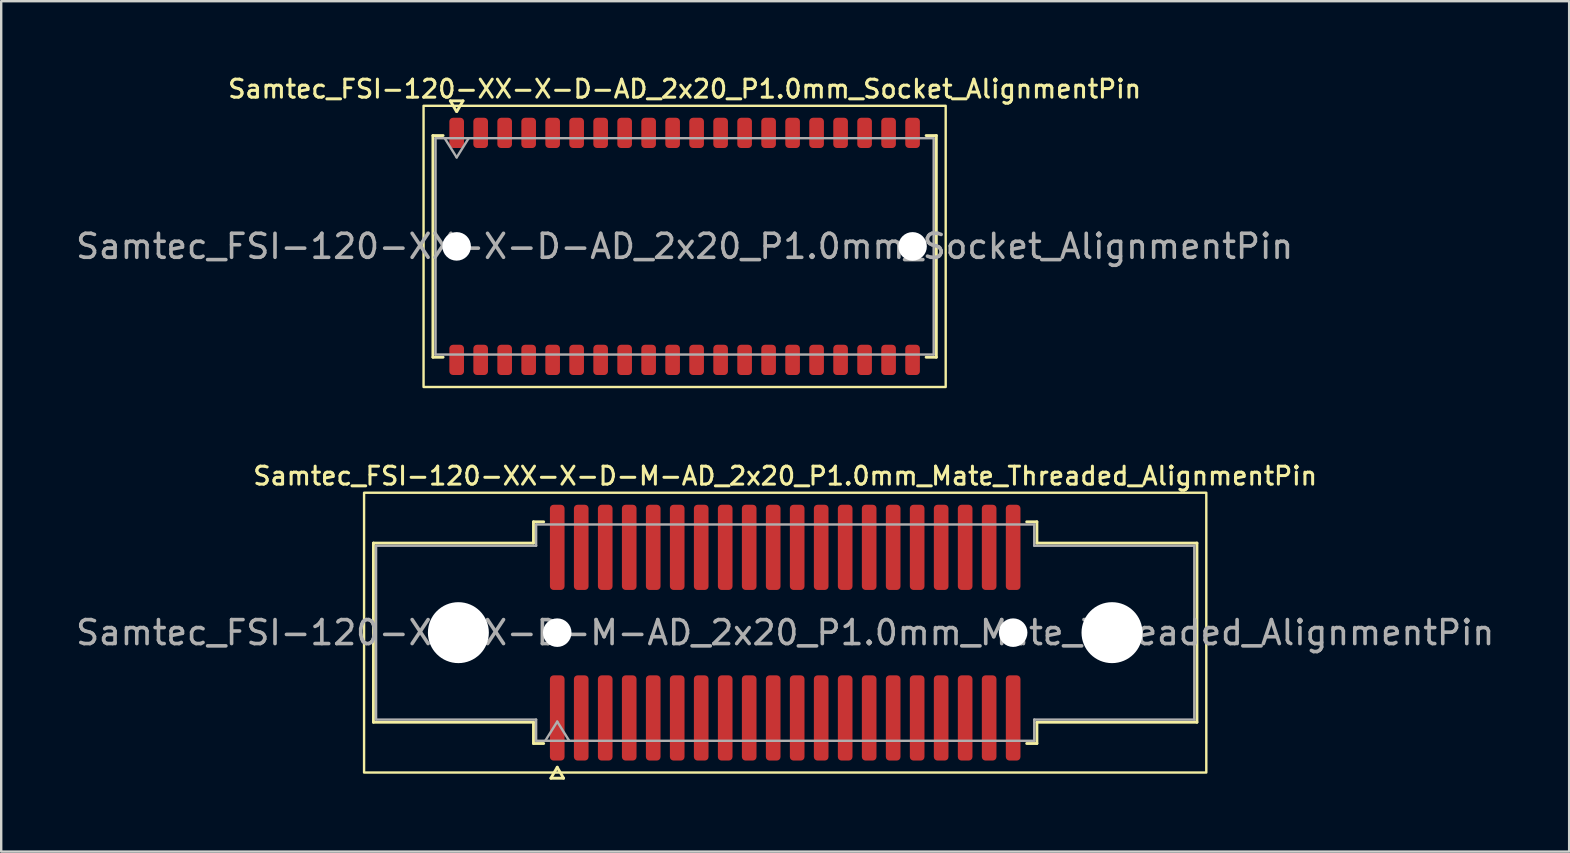
<source format=kicad_pcb>
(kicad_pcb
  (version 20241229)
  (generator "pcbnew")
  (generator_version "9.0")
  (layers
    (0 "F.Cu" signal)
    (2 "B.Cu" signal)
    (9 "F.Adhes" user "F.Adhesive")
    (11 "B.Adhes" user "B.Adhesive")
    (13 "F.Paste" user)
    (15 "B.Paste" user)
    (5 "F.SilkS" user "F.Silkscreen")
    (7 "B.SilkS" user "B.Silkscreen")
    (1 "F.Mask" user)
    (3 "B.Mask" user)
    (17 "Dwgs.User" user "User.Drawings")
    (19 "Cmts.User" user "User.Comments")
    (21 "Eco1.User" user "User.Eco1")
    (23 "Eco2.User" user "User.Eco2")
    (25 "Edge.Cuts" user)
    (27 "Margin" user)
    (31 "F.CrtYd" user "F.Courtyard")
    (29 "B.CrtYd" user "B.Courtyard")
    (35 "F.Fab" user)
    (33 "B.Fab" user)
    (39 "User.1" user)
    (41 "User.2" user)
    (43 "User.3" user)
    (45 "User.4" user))
  (footprint "Samtec_FSI-120-XX-X-D-M-AD_2x20_P1.0mm_Mate_Threaded_AlignmentPin"
    (layer "F.Cu")
    (at 29.673 23.316)
    (property "Reference" "Samtec_FSI-120-XX-X-D-M-AD_2x20_P1.0mm_Mate_Threaded_AlignmentPin" (at 0 -6.53 0) (layer "F.SilkS") (effects (font (size 0.75 0.75) (thickness 0.125))))
    (attr exclude_from_pos_files exclude_from_bom)
    (fp_line (start -17.16 -3.733) (end -10.49 -3.733) (stroke (width 0.12) (type solid)) (layer "F.SilkS"))
    (fp_line (start -17.16 3.733) (end -17.16 -3.733) (stroke (width 0.12) (type solid)) (layer "F.SilkS"))
    (fp_line (start -10.49 -4.619) (end -10.065 -4.619) (stroke (width 0.12) (type solid)) (layer "F.SilkS"))
    (fp_line (start -10.49 -3.733) (end -10.49 -4.619) (stroke (width 0.12) (type solid)) (layer "F.SilkS"))
    (fp_line (start -10.49 3.733) (end -17.16 3.733) (stroke (width 0.12) (type solid)) (layer "F.SilkS"))
    (fp_line (start -10.49 4.619) (end -10.49 3.733) (stroke (width 0.12) (type solid)) (layer "F.SilkS"))
    (fp_line (start -10.065 4.619) (end -10.49 4.619) (stroke (width 0.12) (type solid)) (layer "F.SilkS"))
    (fp_line (start -9.764 6.066) (end -9.5 5.609) (stroke (width 0.12) (type solid)) (layer "F.SilkS"))
    (fp_line (start -9.5 5.609) (end -9.236 6.066) (stroke (width 0.12) (type solid)) (layer "F.SilkS"))
    (fp_line (start -9.236 6.066) (end -9.764 6.066) (stroke (width 0.12) (type solid)) (layer "F.SilkS"))
    (fp_line (start 10.065 -4.619) (end 10.49 -4.619) (stroke (width 0.12) (type solid)) (layer "F.SilkS"))
    (fp_line (start 10.49 -4.619) (end 10.49 -3.733) (stroke (width 0.12) (type solid)) (layer "F.SilkS"))
    (fp_line (start 10.49 -3.733) (end 17.16 -3.733) (stroke (width 0.12) (type solid)) (layer "F.SilkS"))
    (fp_line (start 10.49 3.733) (end 10.49 4.619) (stroke (width 0.12) (type solid)) (layer "F.SilkS"))
    (fp_line (start 10.49 4.619) (end 10.065 4.619) (stroke (width 0.12) (type solid)) (layer "F.SilkS"))
    (fp_line (start 17.16 -3.733) (end 17.16 3.733) (stroke (width 0.12) (type solid)) (layer "F.SilkS"))
    (fp_line (start 17.16 3.733) (end 10.49 3.733) (stroke (width 0.12) (type solid)) (layer "F.SilkS"))
    (fp_rect (start -17.55 -5.83) (end 17.55 5.83) (stroke (width 0.1) (type solid)) (fill no) (layer "F.SilkS"))
    (fp_line (start -17.05 -3.623) (end -10.38 -3.623) (stroke (width 0.1) (type solid)) (layer "F.Fab"))
    (fp_line (start -17.05 3.623) (end -17.05 -3.623) (stroke (width 0.1) (type solid)) (layer "F.Fab"))
    (fp_line (start -10.38 -4.508) (end 10.38 -4.508) (stroke (width 0.1) (type solid)) (layer "F.Fab"))
    (fp_line (start -10.38 -3.623) (end -10.38 -4.508) (stroke (width 0.1) (type solid)) (layer "F.Fab"))
    (fp_line (start -10.38 3.623) (end -17.05 3.623) (stroke (width 0.1) (type solid)) (layer "F.Fab"))
    (fp_line (start -10.38 4.508) (end -10.38 3.623) (stroke (width 0.1) (type solid)) (layer "F.Fab"))
    (fp_line (start -10 4.508) (end -9.5 3.708) (stroke (width 0.1) (type solid)) (layer "F.Fab"))
    (fp_line (start -9.5 3.708) (end -9 4.508) (stroke (width 0.1) (type solid)) (layer "F.Fab"))
    (fp_line (start 10.38 -4.508) (end 10.38 -3.623) (stroke (width 0.1) (type solid)) (layer "F.Fab"))
    (fp_line (start 10.38 -3.623) (end 17.05 -3.623) (stroke (width 0.1) (type solid)) (layer "F.Fab"))
    (fp_line (start 10.38 3.623) (end 10.38 4.508) (stroke (width 0.1) (type solid)) (layer "F.Fab"))
    (fp_line (start 10.38 4.508) (end -10.38 4.508) (stroke (width 0.1) (type solid)) (layer "F.Fab"))
    (fp_line (start 17.05 -3.623) (end 17.05 3.623) (stroke (width 0.1) (type solid)) (layer "F.Fab"))
    (fp_line (start 17.05 3.623) (end 10.38 3.623) (stroke (width 0.1) (type solid)) (layer "F.Fab"))
    (fp_text user "${REFERENCE}" (at 0 0 0) (layer "F.Fab") (effects (font (size 1 1) (thickness 0.15))))
    (pad "" np_thru_hole circle (at -13.62 0) (size 2.54 2.54) (drill 2.54) (layers "*.Cu" "*.Mask"))
    (pad "" np_thru_hole circle (at -9.5 0) (size 1.19 1.19) (drill 1.19) (layers "*.Cu" "*.Mask"))
    (pad "" np_thru_hole circle (at 9.5 0) (size 1.19 1.19) (drill 1.19) (layers "*.Cu" "*.Mask"))
    (pad "" np_thru_hole circle (at 13.62 0) (size 2.54 2.54) (drill 2.54) (layers "*.Cu" "*.Mask"))
    (pad "1" smd roundrect (at -9.5 3.555) (size 0.61 3.55) (layers "F.Cu" "F.Mask") (roundrect_rratio 0.25))
    (pad "2" smd roundrect (at -9.5 -3.555) (size 0.61 3.55) (layers "F.Cu" "F.Mask") (roundrect_rratio 0.25))
    (pad "3" smd roundrect (at -8.5 3.555) (size 0.61 3.55) (layers "F.Cu" "F.Mask") (roundrect_rratio 0.25))
    (pad "4" smd roundrect (at -8.5 -3.555) (size 0.61 3.55) (layers "F.Cu" "F.Mask") (roundrect_rratio 0.25))
    (pad "5" smd roundrect (at -7.5 3.555) (size 0.61 3.55) (layers "F.Cu" "F.Mask") (roundrect_rratio 0.25))
    (pad "6" smd roundrect (at -7.5 -3.555) (size 0.61 3.55) (layers "F.Cu" "F.Mask") (roundrect_rratio 0.25))
    (pad "7" smd roundrect (at -6.5 3.555) (size 0.61 3.55) (layers "F.Cu" "F.Mask") (roundrect_rratio 0.25))
    (pad "8" smd roundrect (at -6.5 -3.555) (size 0.61 3.55) (layers "F.Cu" "F.Mask") (roundrect_rratio 0.25))
    (pad "9" smd roundrect (at -5.5 3.555) (size 0.61 3.55) (layers "F.Cu" "F.Mask") (roundrect_rratio 0.25))
    (pad "10" smd roundrect (at -5.5 -3.555) (size 0.61 3.55) (layers "F.Cu" "F.Mask") (roundrect_rratio 0.25))
    (pad "11" smd roundrect (at -4.5 3.555) (size 0.61 3.55) (layers "F.Cu" "F.Mask") (roundrect_rratio 0.25))
    (pad "12" smd roundrect (at -4.5 -3.555) (size 0.61 3.55) (layers "F.Cu" "F.Mask") (roundrect_rratio 0.25))
    (pad "13" smd roundrect (at -3.5 3.555) (size 0.61 3.55) (layers "F.Cu" "F.Mask") (roundrect_rratio 0.25))
    (pad "14" smd roundrect (at -3.5 -3.555) (size 0.61 3.55) (layers "F.Cu" "F.Mask") (roundrect_rratio 0.25))
    (pad "15" smd roundrect (at -2.5 3.555) (size 0.61 3.55) (layers "F.Cu" "F.Mask") (roundrect_rratio 0.25))
    (pad "16" smd roundrect (at -2.5 -3.555) (size 0.61 3.55) (layers "F.Cu" "F.Mask") (roundrect_rratio 0.25))
    (pad "17" smd roundrect (at -1.5 3.555) (size 0.61 3.55) (layers "F.Cu" "F.Mask") (roundrect_rratio 0.25))
    (pad "18" smd roundrect (at -1.5 -3.555) (size 0.61 3.55) (layers "F.Cu" "F.Mask") (roundrect_rratio 0.25))
    (pad "19" smd roundrect (at -0.5 3.555) (size 0.61 3.55) (layers "F.Cu" "F.Mask") (roundrect_rratio 0.25))
    (pad "20" smd roundrect (at -0.5 -3.555) (size 0.61 3.55) (layers "F.Cu" "F.Mask") (roundrect_rratio 0.25))
    (pad "21" smd roundrect (at 0.5 3.555) (size 0.61 3.55) (layers "F.Cu" "F.Mask") (roundrect_rratio 0.25))
    (pad "22" smd roundrect (at 0.5 -3.555) (size 0.61 3.55) (layers "F.Cu" "F.Mask") (roundrect_rratio 0.25))
    (pad "23" smd roundrect (at 1.5 3.555) (size 0.61 3.55) (layers "F.Cu" "F.Mask") (roundrect_rratio 0.25))
    (pad "24" smd roundrect (at 1.5 -3.555) (size 0.61 3.55) (layers "F.Cu" "F.Mask") (roundrect_rratio 0.25))
    (pad "25" smd roundrect (at 2.5 3.555) (size 0.61 3.55) (layers "F.Cu" "F.Mask") (roundrect_rratio 0.25))
    (pad "26" smd roundrect (at 2.5 -3.555) (size 0.61 3.55) (layers "F.Cu" "F.Mask") (roundrect_rratio 0.25))
    (pad "27" smd roundrect (at 3.5 3.555) (size 0.61 3.55) (layers "F.Cu" "F.Mask") (roundrect_rratio 0.25))
    (pad "28" smd roundrect (at 3.5 -3.555) (size 0.61 3.55) (layers "F.Cu" "F.Mask") (roundrect_rratio 0.25))
    (pad "29" smd roundrect (at 4.5 3.555) (size 0.61 3.55) (layers "F.Cu" "F.Mask") (roundrect_rratio 0.25))
    (pad "30" smd roundrect (at 4.5 -3.555) (size 0.61 3.55) (layers "F.Cu" "F.Mask") (roundrect_rratio 0.25))
    (pad "31" smd roundrect (at 5.5 3.555) (size 0.61 3.55) (layers "F.Cu" "F.Mask") (roundrect_rratio 0.25))
    (pad "32" smd roundrect (at 5.5 -3.555) (size 0.61 3.55) (layers "F.Cu" "F.Mask") (roundrect_rratio 0.25))
    (pad "33" smd roundrect (at 6.5 3.555) (size 0.61 3.55) (layers "F.Cu" "F.Mask") (roundrect_rratio 0.25))
    (pad "34" smd roundrect (at 6.5 -3.555) (size 0.61 3.55) (layers "F.Cu" "F.Mask") (roundrect_rratio 0.25))
    (pad "35" smd roundrect (at 7.5 3.555) (size 0.61 3.55) (layers "F.Cu" "F.Mask") (roundrect_rratio 0.25))
    (pad "36" smd roundrect (at 7.5 -3.555) (size 0.61 3.55) (layers "F.Cu" "F.Mask") (roundrect_rratio 0.25))
    (pad "37" smd roundrect (at 8.5 3.555) (size 0.61 3.55) (layers "F.Cu" "F.Mask") (roundrect_rratio 0.25))
    (pad "38" smd roundrect (at 8.5 -3.555) (size 0.61 3.55) (layers "F.Cu" "F.Mask") (roundrect_rratio 0.25))
    (pad "39" smd roundrect (at 9.5 3.555) (size 0.61 3.55) (layers "F.Cu" "F.Mask") (roundrect_rratio 0.25))
    (pad "40" smd roundrect (at 9.5 -3.555) (size 0.61 3.55) (layers "F.Cu" "F.Mask") (roundrect_rratio 0.25)))
  (footprint "Samtec_FSI-120-XX-X-D-AD_2x20_P1.0mm_Socket_AlignmentPin"
    (layer "F.Cu")
    (at 25.482 7.218)
    (property "Reference" "Samtec_FSI-120-XX-X-D-AD_2x20_P1.0mm_Socket_AlignmentPin" (at 0 -6.56 0) (layer "F.SilkS") (effects (font (size 0.75 0.75) (thickness 0.125))))
    (attr smd)
    (fp_line (start -10.49 -4.619) (end -10.065 -4.619) (stroke (width 0.12) (type solid)) (layer "F.SilkS"))
    (fp_line (start -10.49 4.619) (end -10.49 -4.619) (stroke (width 0.12) (type solid)) (layer "F.SilkS"))
    (fp_line (start -10.065 4.619) (end -10.49 4.619) (stroke (width 0.12) (type solid)) (layer "F.SilkS"))
    (fp_line (start -9.764 -6.066) (end -9.507 -5.62) (stroke (width 0.12) (type solid)) (layer "F.SilkS"))
    (fp_line (start -9.493 -5.62) (end -9.236 -6.066) (stroke (width 0.12) (type solid)) (layer "F.SilkS"))
    (fp_line (start -9.236 -6.066) (end -9.764 -6.066) (stroke (width 0.12) (type solid)) (layer "F.SilkS"))
    (fp_line (start 10.065 -4.619) (end 10.49 -4.619) (stroke (width 0.12) (type solid)) (layer "F.SilkS"))
    (fp_line (start 10.49 -4.619) (end 10.49 4.619) (stroke (width 0.12) (type solid)) (layer "F.SilkS"))
    (fp_line (start 10.49 4.619) (end 10.065 4.619) (stroke (width 0.12) (type solid)) (layer "F.SilkS"))
    (fp_rect (start -10.88 -5.86) (end 10.88 5.86) (stroke (width 0.1) (type solid)) (fill no) (layer "F.SilkS"))
    (fp_line (start -10.38 -4.508) (end 10.38 -4.508) (stroke (width 0.1) (type solid)) (layer "F.Fab"))
    (fp_line (start -10.38 4.508) (end -10.38 -4.508) (stroke (width 0.1) (type solid)) (layer "F.Fab"))
    (fp_line (start -10 -4.508) (end -9.5 -3.708) (stroke (width 0.1) (type solid)) (layer "F.Fab"))
    (fp_line (start -9.5 -3.708) (end -9 -4.508) (stroke (width 0.1) (type solid)) (layer "F.Fab"))
    (fp_line (start 10.38 -4.508) (end 10.38 4.508) (stroke (width 0.1) (type solid)) (layer "F.Fab"))
    (fp_line (start 10.38 4.508) (end -10.38 4.508) (stroke (width 0.1) (type solid)) (layer "F.Fab"))
    (fp_text user "${REFERENCE}" (at 0 0 0) (layer "F.Fab") (effects (font (size 1 1) (thickness 0.15))))
    (pad "" np_thru_hole circle (at -9.5 0) (size 1.19 1.19) (drill 1.19) (layers "*.Cu" "*.Mask"))
    (pad "" np_thru_hole circle (at 9.5 0) (size 1.19 1.19) (drill 1.19) (layers "*.Cu" "*.Mask"))
    (pad "1" smd roundrect (at -9.5 -4.73) (size 0.61 1.26) (layers "F.Cu" "F.Mask" "F.Paste") (roundrect_rratio 0.25))
    (pad "2" smd roundrect (at -9.5 4.73) (size 0.61 1.26) (layers "F.Cu" "F.Mask" "F.Paste") (roundrect_rratio 0.25))
    (pad "3" smd roundrect (at -8.5 -4.73) (size 0.61 1.26) (layers "F.Cu" "F.Mask" "F.Paste") (roundrect_rratio 0.25))
    (pad "4" smd roundrect (at -8.5 4.73) (size 0.61 1.26) (layers "F.Cu" "F.Mask" "F.Paste") (roundrect_rratio 0.25))
    (pad "5" smd roundrect (at -7.5 -4.73) (size 0.61 1.26) (layers "F.Cu" "F.Mask" "F.Paste") (roundrect_rratio 0.25))
    (pad "6" smd roundrect (at -7.5 4.73) (size 0.61 1.26) (layers "F.Cu" "F.Mask" "F.Paste") (roundrect_rratio 0.25))
    (pad "7" smd roundrect (at -6.5 -4.73) (size 0.61 1.26) (layers "F.Cu" "F.Mask" "F.Paste") (roundrect_rratio 0.25))
    (pad "8" smd roundrect (at -6.5 4.73) (size 0.61 1.26) (layers "F.Cu" "F.Mask" "F.Paste") (roundrect_rratio 0.25))
    (pad "9" smd roundrect (at -5.5 -4.73) (size 0.61 1.26) (layers "F.Cu" "F.Mask" "F.Paste") (roundrect_rratio 0.25))
    (pad "10" smd roundrect (at -5.5 4.73) (size 0.61 1.26) (layers "F.Cu" "F.Mask" "F.Paste") (roundrect_rratio 0.25))
    (pad "11" smd roundrect (at -4.5 -4.73) (size 0.61 1.26) (layers "F.Cu" "F.Mask" "F.Paste") (roundrect_rratio 0.25))
    (pad "12" smd roundrect (at -4.5 4.73) (size 0.61 1.26) (layers "F.Cu" "F.Mask" "F.Paste") (roundrect_rratio 0.25))
    (pad "13" smd roundrect (at -3.5 -4.73) (size 0.61 1.26) (layers "F.Cu" "F.Mask" "F.Paste") (roundrect_rratio 0.25))
    (pad "14" smd roundrect (at -3.5 4.73) (size 0.61 1.26) (layers "F.Cu" "F.Mask" "F.Paste") (roundrect_rratio 0.25))
    (pad "15" smd roundrect (at -2.5 -4.73) (size 0.61 1.26) (layers "F.Cu" "F.Mask" "F.Paste") (roundrect_rratio 0.25))
    (pad "16" smd roundrect (at -2.5 4.73) (size 0.61 1.26) (layers "F.Cu" "F.Mask" "F.Paste") (roundrect_rratio 0.25))
    (pad "17" smd roundrect (at -1.5 -4.73) (size 0.61 1.26) (layers "F.Cu" "F.Mask" "F.Paste") (roundrect_rratio 0.25))
    (pad "18" smd roundrect (at -1.5 4.73) (size 0.61 1.26) (layers "F.Cu" "F.Mask" "F.Paste") (roundrect_rratio 0.25))
    (pad "19" smd roundrect (at -0.5 -4.73) (size 0.61 1.26) (layers "F.Cu" "F.Mask" "F.Paste") (roundrect_rratio 0.25))
    (pad "20" smd roundrect (at -0.5 4.73) (size 0.61 1.26) (layers "F.Cu" "F.Mask" "F.Paste") (roundrect_rratio 0.25))
    (pad "21" smd roundrect (at 0.5 -4.73) (size 0.61 1.26) (layers "F.Cu" "F.Mask" "F.Paste") (roundrect_rratio 0.25))
    (pad "22" smd roundrect (at 0.5 4.73) (size 0.61 1.26) (layers "F.Cu" "F.Mask" "F.Paste") (roundrect_rratio 0.25))
    (pad "23" smd roundrect (at 1.5 -4.73) (size 0.61 1.26) (layers "F.Cu" "F.Mask" "F.Paste") (roundrect_rratio 0.25))
    (pad "24" smd roundrect (at 1.5 4.73) (size 0.61 1.26) (layers "F.Cu" "F.Mask" "F.Paste") (roundrect_rratio 0.25))
    (pad "25" smd roundrect (at 2.5 -4.73) (size 0.61 1.26) (layers "F.Cu" "F.Mask" "F.Paste") (roundrect_rratio 0.25))
    (pad "26" smd roundrect (at 2.5 4.73) (size 0.61 1.26) (layers "F.Cu" "F.Mask" "F.Paste") (roundrect_rratio 0.25))
    (pad "27" smd roundrect (at 3.5 -4.73) (size 0.61 1.26) (layers "F.Cu" "F.Mask" "F.Paste") (roundrect_rratio 0.25))
    (pad "28" smd roundrect (at 3.5 4.73) (size 0.61 1.26) (layers "F.Cu" "F.Mask" "F.Paste") (roundrect_rratio 0.25))
    (pad "29" smd roundrect (at 4.5 -4.73) (size 0.61 1.26) (layers "F.Cu" "F.Mask" "F.Paste") (roundrect_rratio 0.25))
    (pad "30" smd roundrect (at 4.5 4.73) (size 0.61 1.26) (layers "F.Cu" "F.Mask" "F.Paste") (roundrect_rratio 0.25))
    (pad "31" smd roundrect (at 5.5 -4.73) (size 0.61 1.26) (layers "F.Cu" "F.Mask" "F.Paste") (roundrect_rratio 0.25))
    (pad "32" smd roundrect (at 5.5 4.73) (size 0.61 1.26) (layers "F.Cu" "F.Mask" "F.Paste") (roundrect_rratio 0.25))
    (pad "33" smd roundrect (at 6.5 -4.73) (size 0.61 1.26) (layers "F.Cu" "F.Mask" "F.Paste") (roundrect_rratio 0.25))
    (pad "34" smd roundrect (at 6.5 4.73) (size 0.61 1.26) (layers "F.Cu" "F.Mask" "F.Paste") (roundrect_rratio 0.25))
    (pad "35" smd roundrect (at 7.5 -4.73) (size 0.61 1.26) (layers "F.Cu" "F.Mask" "F.Paste") (roundrect_rratio 0.25))
    (pad "36" smd roundrect (at 7.5 4.73) (size 0.61 1.26) (layers "F.Cu" "F.Mask" "F.Paste") (roundrect_rratio 0.25))
    (pad "37" smd roundrect (at 8.5 -4.73) (size 0.61 1.26) (layers "F.Cu" "F.Mask" "F.Paste") (roundrect_rratio 0.25))
    (pad "38" smd roundrect (at 8.5 4.73) (size 0.61 1.26) (layers "F.Cu" "F.Mask" "F.Paste") (roundrect_rratio 0.25))
    (pad "39" smd roundrect (at 9.5 -4.73) (size 0.61 1.26) (layers "F.Cu" "F.Mask" "F.Paste") (roundrect_rratio 0.25))
    (pad "40" smd roundrect (at 9.5 4.73) (size 0.61 1.26) (layers "F.Cu" "F.Mask" "F.Paste") (roundrect_rratio 0.25)))
  (gr_rect
    (start -3 -3)
    (end 62.345 32.442)
    (stroke (width 0.1) (type default))
    (fill no)
    (layer "Edge.Cuts")))
</source>
